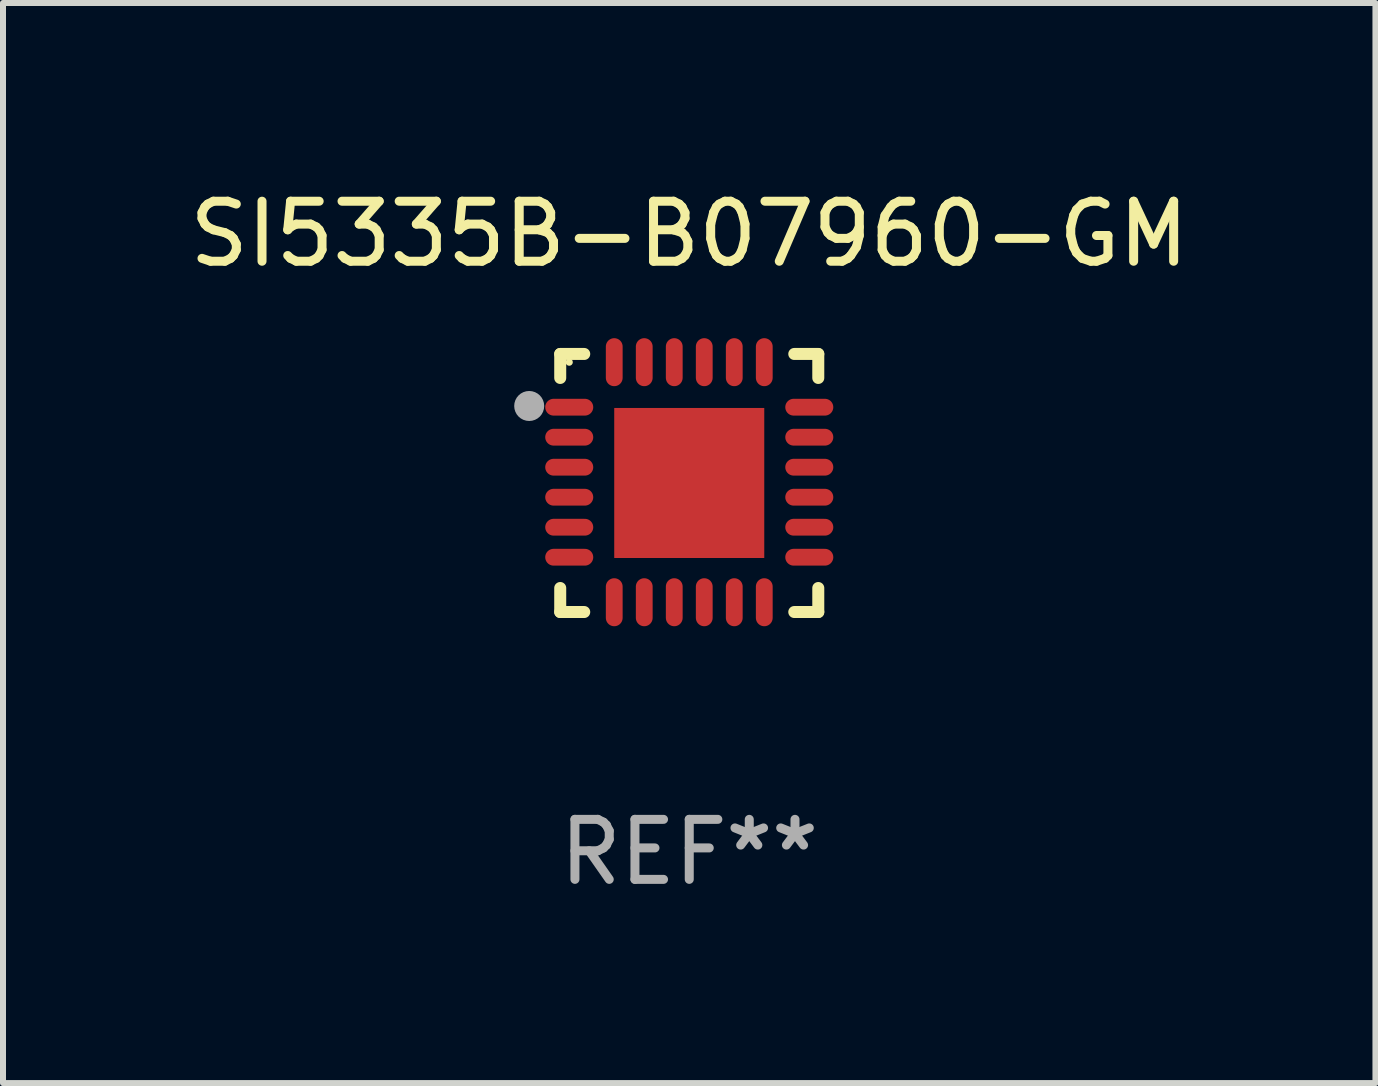
<source format=kicad_pcb>
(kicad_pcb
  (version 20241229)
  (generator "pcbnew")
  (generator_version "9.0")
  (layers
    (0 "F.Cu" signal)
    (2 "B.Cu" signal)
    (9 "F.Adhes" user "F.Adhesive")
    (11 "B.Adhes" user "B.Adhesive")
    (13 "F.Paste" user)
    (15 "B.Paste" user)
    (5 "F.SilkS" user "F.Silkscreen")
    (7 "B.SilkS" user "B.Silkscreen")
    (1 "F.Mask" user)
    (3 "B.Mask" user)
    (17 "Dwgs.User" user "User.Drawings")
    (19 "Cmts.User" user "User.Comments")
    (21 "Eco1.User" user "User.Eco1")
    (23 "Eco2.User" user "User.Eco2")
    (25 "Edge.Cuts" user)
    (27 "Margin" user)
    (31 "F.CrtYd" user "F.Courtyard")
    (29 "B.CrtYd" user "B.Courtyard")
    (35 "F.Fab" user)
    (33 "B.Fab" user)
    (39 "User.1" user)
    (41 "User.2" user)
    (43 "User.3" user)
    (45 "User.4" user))
  (footprint "SI5335B-B07960-GM"
    (layer "F.Cu")
    (at 8.435 4.998)
    (property "Reference" "SI5335B-B07960-GM" (at 0 -4.15 0) (layer "F.SilkS") (effects (font (size 1 1) (thickness 0.15))))
    (attr through_hole)
    (fp_line (start -2.15 -2.15) (end -1.75 -2.15) (stroke (width 0.2) (type solid)) (layer "F.SilkS"))
    (fp_line (start -2.15 -1.75) (end -2.15 -2.15) (stroke (width 0.2) (type solid)) (layer "F.SilkS"))
    (fp_line (start -2.15 2.15) (end -2.15 1.75) (stroke (width 0.2) (type solid)) (layer "F.SilkS"))
    (fp_line (start -1.75 2.15) (end -2.15 2.15) (stroke (width 0.2) (type solid)) (layer "F.SilkS"))
    (fp_line (start 1.75 -2.15) (end 2.15 -2.15) (stroke (width 0.2) (type solid)) (layer "F.SilkS"))
    (fp_line (start 1.75 2.15) (end 2.15 2.15) (stroke (width 0.2) (type solid)) (layer "F.SilkS"))
    (fp_line (start 2.15 -2.15) (end 2.15 -1.75) (stroke (width 0.2) (type solid)) (layer "F.SilkS"))
    (fp_line (start 2.15 2.15) (end 2.15 1.75) (stroke (width 0.2) (type solid)) (layer "F.SilkS"))
    (fp_circle (center -2 -2.013) (end -1.97 -2.013) (stroke (width 0.06) (type solid)) (fill no) (layer "F.SilkS"))
    (fp_circle (center -2.667 -1.283) (end -2.542 -1.283) (stroke (width 0.25) (type solid)) (fill no) (layer "F.Fab"))
    (fp_text user "REF**" (at 0 6.15 0) (layer "F.Fab") (effects (font (size 1 1) (thickness 0.15))))
    (pad "1" smd oval (at -2 -1.263) (size 0.8 0.28) (layers "F.Cu" "F.Mask" "F.Paste"))
    (pad "2" smd oval (at -2 -0.763) (size 0.8 0.28) (layers "F.Cu" "F.Mask" "F.Paste"))
    (pad "3" smd oval (at -2 -0.263) (size 0.8 0.28) (layers "F.Cu" "F.Mask" "F.Paste"))
    (pad "4" smd oval (at -2 0.237) (size 0.8 0.28) (layers "F.Cu" "F.Mask" "F.Paste"))
    (pad "5" smd oval (at -2 0.737) (size 0.8 0.28) (layers "F.Cu" "F.Mask" "F.Paste"))
    (pad "6" smd oval (at -2 1.237) (size 0.8 0.28) (layers "F.Cu" "F.Mask" "F.Paste"))
    (pad "7" smd oval (at -1.25 1.987) (size 0.28 0.8) (layers "F.Cu" "F.Mask" "F.Paste"))
    (pad "8" smd oval (at -0.75 1.987) (size 0.28 0.8) (layers "F.Cu" "F.Mask" "F.Paste"))
    (pad "9" smd oval (at -0.25 1.987) (size 0.28 0.8) (layers "F.Cu" "F.Mask" "F.Paste"))
    (pad "10" smd oval (at 0.25 1.987) (size 0.28 0.8) (layers "F.Cu" "F.Mask" "F.Paste"))
    (pad "11" smd oval (at 0.75 1.987) (size 0.28 0.8) (layers "F.Cu" "F.Mask" "F.Paste"))
    (pad "12" smd oval (at 1.25 1.987) (size 0.28 0.8) (layers "F.Cu" "F.Mask" "F.Paste"))
    (pad "13" smd oval (at 2 1.237) (size 0.8 0.28) (layers "F.Cu" "F.Mask" "F.Paste"))
    (pad "14" smd oval (at 2 0.737) (size 0.8 0.28) (layers "F.Cu" "F.Mask" "F.Paste"))
    (pad "15" smd oval (at 2 0.237) (size 0.8 0.28) (layers "F.Cu" "F.Mask" "F.Paste"))
    (pad "16" smd oval (at 2 -0.263) (size 0.8 0.28) (layers "F.Cu" "F.Mask" "F.Paste"))
    (pad "17" smd oval (at 2 -0.763) (size 0.8 0.28) (layers "F.Cu" "F.Mask" "F.Paste"))
    (pad "18" smd oval (at 2 -1.263) (size 0.8 0.28) (layers "F.Cu" "F.Mask" "F.Paste"))
    (pad "19" smd oval (at 1.25 -2.013) (size 0.28 0.8) (layers "F.Cu" "F.Mask" "F.Paste"))
    (pad "20" smd oval (at 0.75 -2.013) (size 0.28 0.8) (layers "F.Cu" "F.Mask" "F.Paste"))
    (pad "21" smd oval (at 0.25 -2.013) (size 0.28 0.8) (layers "F.Cu" "F.Mask" "F.Paste"))
    (pad "22" smd oval (at -0.25 -2.013) (size 0.28 0.8) (layers "F.Cu" "F.Mask" "F.Paste"))
    (pad "23" smd oval (at -0.75 -2.013) (size 0.28 0.8) (layers "F.Cu" "F.Mask" "F.Paste"))
    (pad "24" smd oval (at -1.25 -2.013) (size 0.28 0.8) (layers "F.Cu" "F.Mask" "F.Paste"))
    (pad "25" smd rect (at -0.000127 -0.00014) (size 2.5 2.5) (layers "F.Cu" "F.Mask" "F.Paste")))
  (gr_rect
    (start -3 -3)
    (end 19.869 14.997)
    (stroke (width 0.1) (type default))
    (fill no)
    (layer "Edge.Cuts")))
</source>
